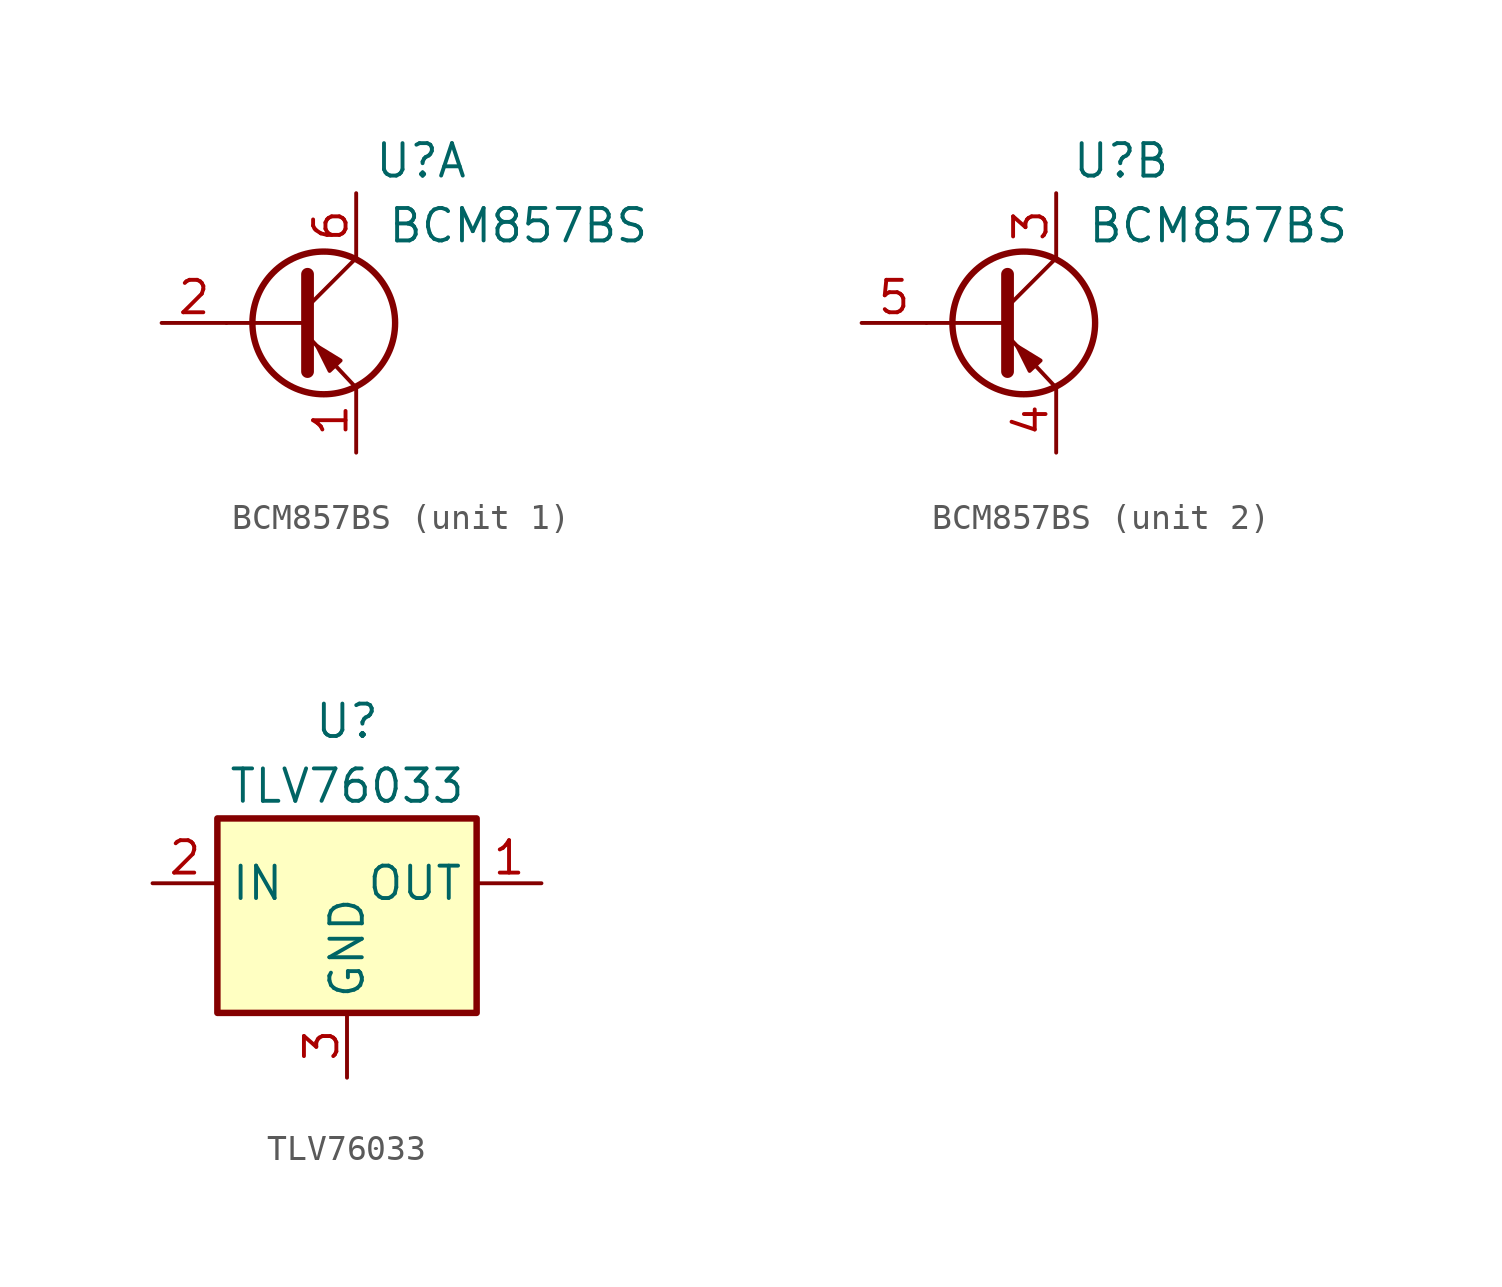
<source format=kicad_sym>
(kicad_symbol_lib
  (version 20220914)
  (generator kicad_symbol_editor)
  (symbol "BCM857BS"
    (property "Reference" "U"
      (at 3.81 6.35 0)
      (effects (font (size 1.27 1.27))))
    (property "Value" "BCM857BS"
      (at 7.62 3.81 0)
      (effects (font (size 1.27 1.27))))
    (property "ki_locked" ""
      (at 0 0 0)
      (effects (font (size 1.27 1.27))))
    (symbol "BCM857BS_0_1"
      (polyline (pts (xy -3.81 0) (xy -2.794 0)) (stroke (width 0) (type default)) (fill (type none)))
      (polyline (pts (xy -2.794 0) (xy -0.635 0)) (stroke (width 0) (type default)) (fill (type none)))
      (polyline (pts (xy -0.635 -0.508) (xy 1.27 -2.54)) (stroke (width 0) (type default)) (fill (type none)))
      (polyline (pts (xy -0.635 0.635) (xy 1.27 2.54)) (stroke (width 0) (type default)) (fill (type none)))
      (polyline (pts (xy -0.635 1.905) (xy -0.635 -1.905)) (stroke (width 0.5) (type default)) (fill (type none)))
      (polyline (pts (xy 0.66 -1.473) (xy 0.229 -1.88) (xy -0.254 -0.914) (xy 0.66 -1.473)) (stroke (width 0) (type default)) (fill (type outline)))
      (circle (center 0 0) (radius 2.794) (stroke (width 0.25) (type default)) (fill (type none))))
    (symbol "BCM857BS_1_1"
      (pin input line (at 1.27 -5.08 90) (length 2.54) (name "" (effects (font (size 1.27 1.27)))) (number "1" (effects (font (size 1.27 1.27)))))
      (pin input line (at -6.35 0 0) (length 2.54) (name "" (effects (font (size 1.27 1.27)))) (number "2" (effects (font (size 1.27 1.27)))))
      (pin input line (at 1.27 5.08 270) (length 2.54) (name "" (effects (font (size 1.27 1.27)))) (number "6" (effects (font (size 1.27 1.27))))))
    (symbol "BCM857BS_2_1"
      (pin input line (at 1.27 5.08 270) (length 2.54) (name "" (effects (font (size 1.27 1.27)))) (number "3" (effects (font (size 1.27 1.27)))))
      (pin input line (at 1.27 -5.08 90) (length 2.54) (name "" (effects (font (size 1.27 1.27)))) (number "4" (effects (font (size 1.27 1.27)))))
      (pin input line (at -6.35 0 0) (length 2.54) (name "" (effects (font (size 1.27 1.27)))) (number "5" (effects (font (size 1.27 1.27)))))))
  (symbol "TLV76033"
    (property "Reference" "U"
      (at 0 6.35 0)
      (effects (font (size 1.27 1.27))))
    (property "Value" "TLV76033"
      (at 0 3.81 0)
      (effects (font (size 1.27 1.27))))
    (symbol "TLV76033_1_1"
      (rectangle (start -5.08 2.54) (end 5.08 -5.08) (stroke (width 0.254) (type default)) (fill (type background)))
      (pin output line (at 7.62 0 180) (length 2.54) (name "OUT" (effects (font (size 1.27 1.27)))) (number "1" (effects (font (size 1.27 1.27)))))
      (pin input line (at -7.62 0 0) (length 2.54) (name "IN" (effects (font (size 1.27 1.27)))) (number "2" (effects (font (size 1.27 1.27)))))
      (pin input line (at 0 -7.62 90) (length 2.54) (name "GND" (effects (font (size 1.27 1.27)))) (number "3" (effects (font (size 1.27 1.27))))))))
</source>
